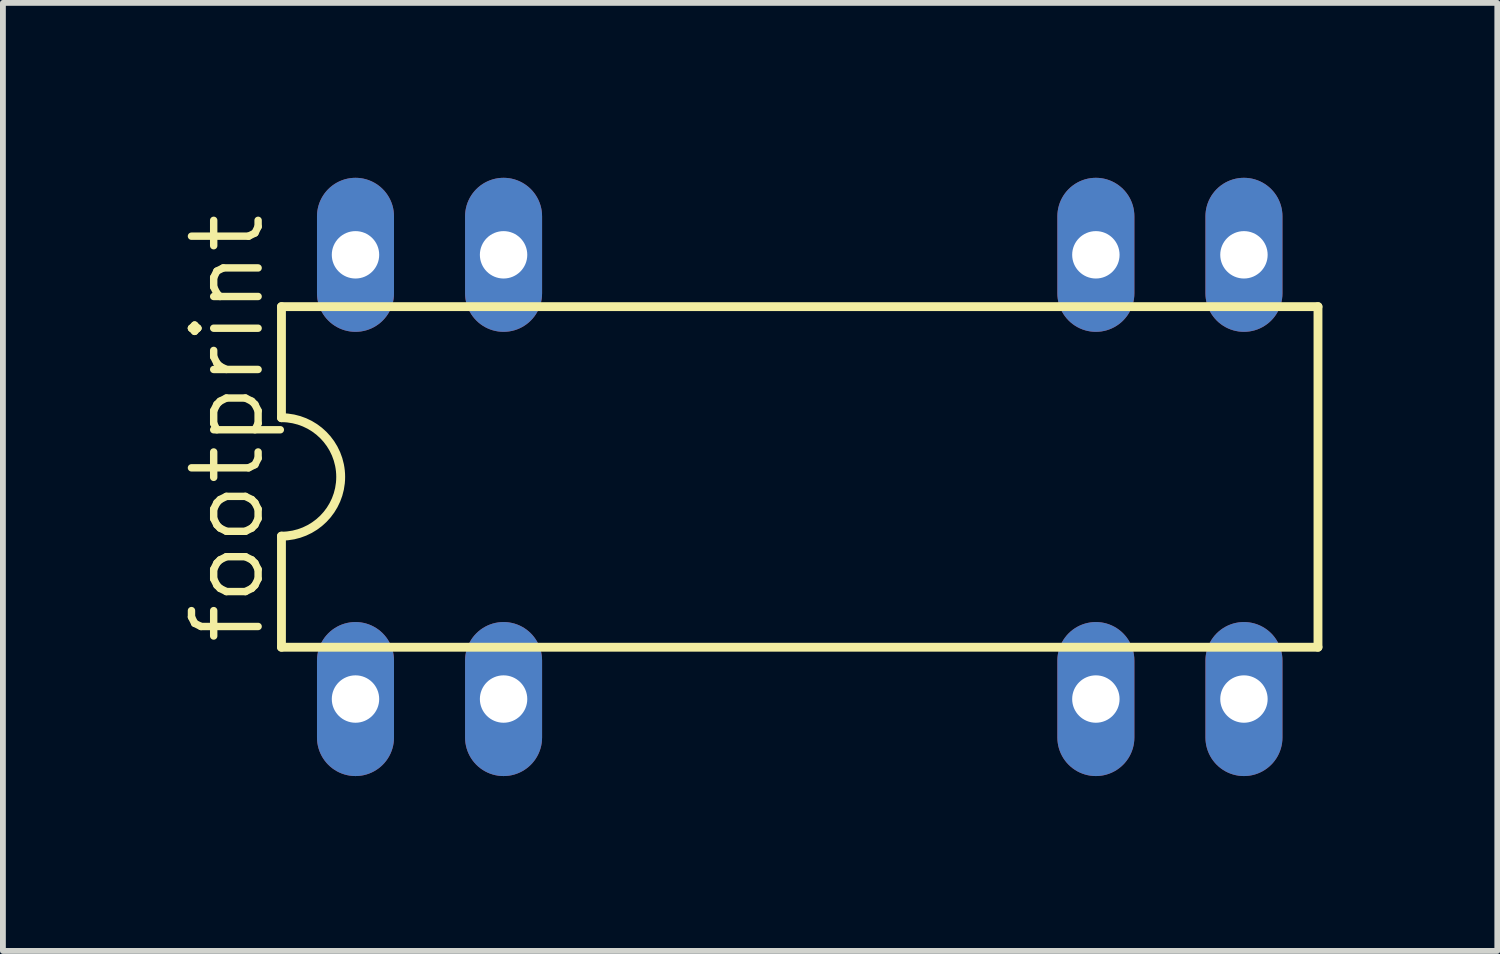
<source format=kicad_pcb>
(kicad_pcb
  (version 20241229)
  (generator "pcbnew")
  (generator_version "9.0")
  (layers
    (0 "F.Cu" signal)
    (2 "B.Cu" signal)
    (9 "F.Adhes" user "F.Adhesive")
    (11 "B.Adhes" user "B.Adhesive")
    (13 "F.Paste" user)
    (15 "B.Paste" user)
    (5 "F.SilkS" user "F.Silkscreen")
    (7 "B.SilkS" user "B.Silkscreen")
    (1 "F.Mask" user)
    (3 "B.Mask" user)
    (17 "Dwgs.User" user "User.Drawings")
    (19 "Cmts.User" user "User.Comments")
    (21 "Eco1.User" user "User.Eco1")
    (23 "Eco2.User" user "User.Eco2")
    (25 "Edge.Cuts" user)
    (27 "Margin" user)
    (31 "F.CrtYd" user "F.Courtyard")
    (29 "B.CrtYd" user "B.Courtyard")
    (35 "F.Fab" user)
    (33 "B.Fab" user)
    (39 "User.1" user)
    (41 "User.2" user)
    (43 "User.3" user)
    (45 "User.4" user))
  (footprint "footprint"
    (layer "F.Cu")
    (at 10.668 5.131)
    (property "Reference" "footprint" (at -9.144 2.921 90) (layer "F.SilkS") (effects (font (size 1.143 1.143) (thickness 0.127)) (justify left bottom)))
    (fp_line (start -8.89 -2.921) (end -8.89 -1.016) (stroke (width 0.152) (type solid)) (layer "F.SilkS"))
    (fp_line (start -8.89 2.921) (end -8.89 1.016) (stroke (width 0.152) (type solid)) (layer "F.SilkS"))
    (fp_line (start -8.89 2.921) (end 8.89 2.921) (stroke (width 0.152) (type solid)) (layer "F.SilkS"))
    (fp_line (start 8.89 -2.921) (end -8.89 -2.921) (stroke (width 0.152) (type solid)) (layer "F.SilkS"))
    (fp_line (start 8.89 -2.921) (end 8.89 2.921) (stroke (width 0.152) (type solid)) (layer "F.SilkS"))
    (fp_arc (start -8.89 -1.016) (mid -7.874 0) (end -8.89 1.016) (stroke (width 0.1524) (type solid)) (layer "F.SilkS"))
    (pad "1" thru_hole oval (at -7.62 3.81 90) (size 2.642 1.321) (drill 0.813) (layers "*.Cu" "*.Mask"))
    (pad "2" thru_hole oval (at -5.08 3.81 90) (size 2.642 1.321) (drill 0.813) (layers "*.Cu" "*.Mask"))
    (pad "6" thru_hole oval (at 5.08 3.81 90) (size 2.642 1.321) (drill 0.813) (layers "*.Cu" "*.Mask"))
    (pad "7" thru_hole oval (at 7.62 3.81 90) (size 2.642 1.321) (drill 0.813) (layers "*.Cu" "*.Mask"))
    (pad "8" thru_hole oval (at 7.62 -3.81 90) (size 2.642 1.321) (drill 0.813) (layers "*.Cu" "*.Mask"))
    (pad "9" thru_hole oval (at 5.08 -3.81 90) (size 2.642 1.321) (drill 0.813) (layers "*.Cu" "*.Mask"))
    (pad "13" thru_hole oval (at -5.08 -3.81 90) (size 2.642 1.321) (drill 0.813) (layers "*.Cu" "*.Mask"))
    (pad "14" thru_hole oval (at -7.62 -3.81 90) (size 2.642 1.321) (drill 0.813) (layers "*.Cu" "*.Mask")))
  (gr_rect
    (start -3 -3)
    (end 22.634 13.262)
    (stroke (width 0.1) (type default))
    (fill no)
    (layer "Edge.Cuts")))
</source>
